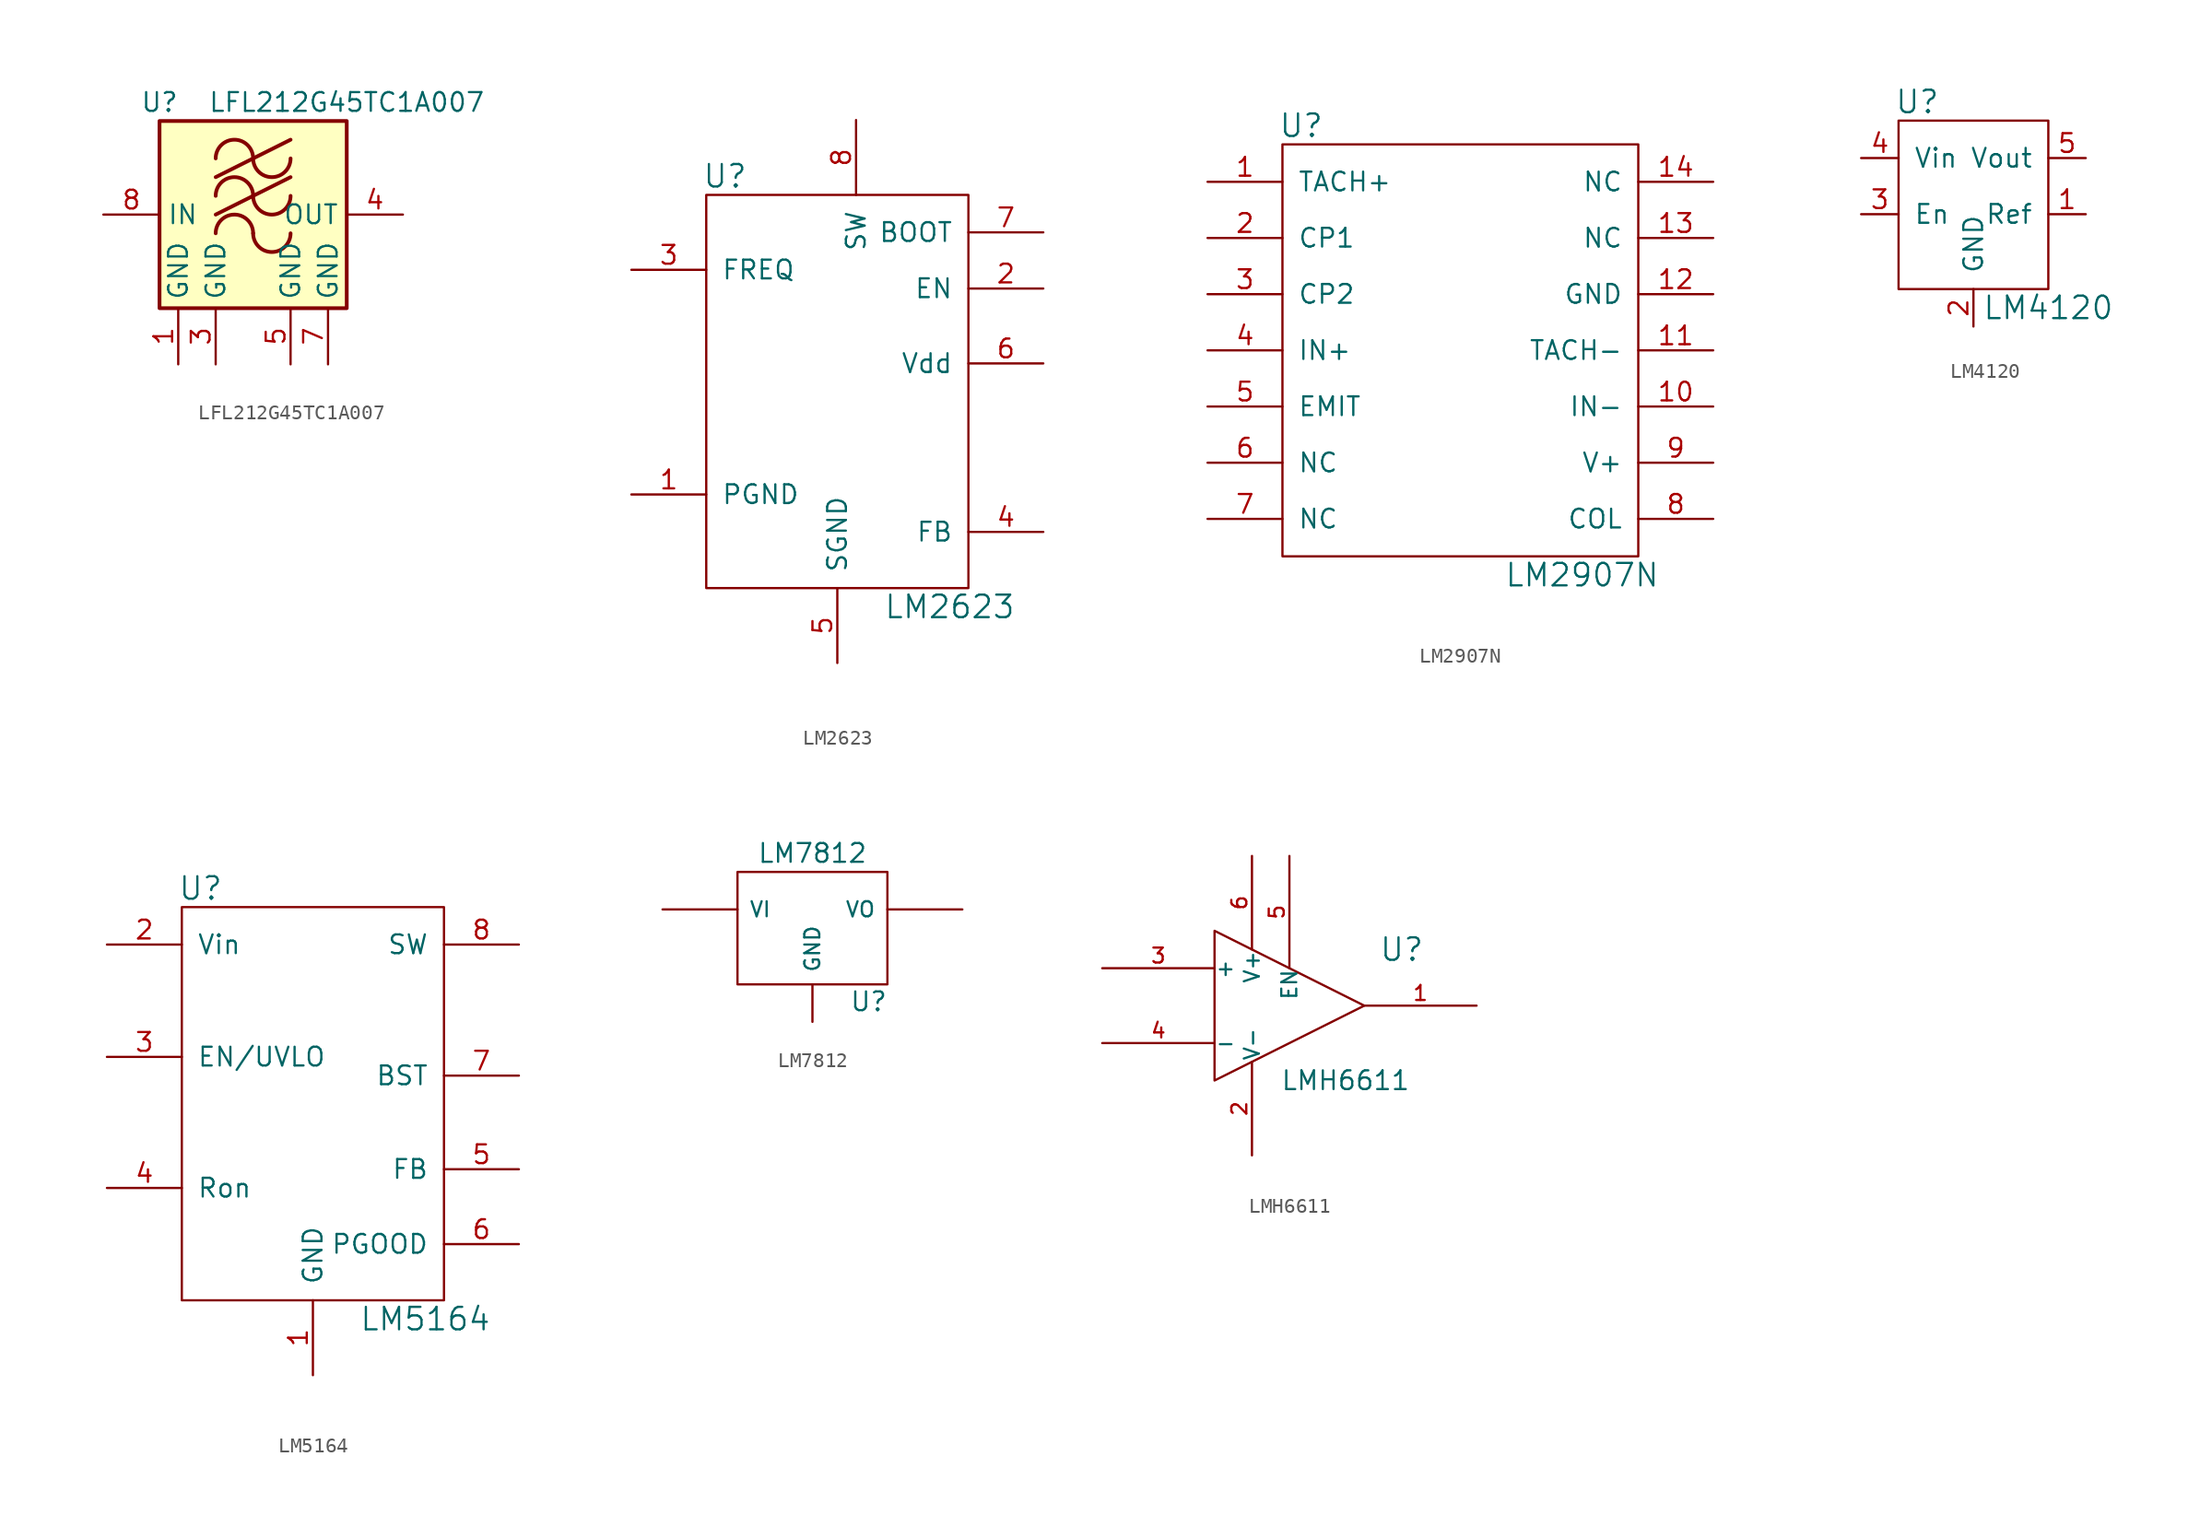
<source format=kicad_sym>
(kicad_symbol_lib
  (version 20211014)
  (generator kicad_symbol_editor)
  (symbol "LFL212G45TC1A007"
    (property "Reference" "U"
      (at -6.35 7.62 0)
      (effects (font (size 1.27 1.27))))
    (property "Value" "LFL212G45TC1A007"
      (at 6.35 7.62 0)
      (effects (font (size 1.27 1.27))))
    (symbol "LFL212G45TC1A007_0_1"
      (rectangle (start -6.35 6.35) (end 6.35 -6.35) (stroke (width 0.254) (type default) (color 0 0 0 0)) (fill (type background)))
      (arc (start 0 -1.27) (mid -1.27 0) (end -2.54 -1.27) (stroke (width 0.254) (type default) (color 0 0 0 0)) (fill (type none)))
      (arc (start 0 -1.27) (mid 1.27 -2.54) (end 2.54 -1.27) (stroke (width 0.254) (type default) (color 0 0 0 0)) (fill (type none)))
      (polyline (pts (xy -2.54 0) (xy 2.54 2.54)) (stroke (width 0.254) (type default) (color 0 0 0 0)) (fill (type none)))
      (polyline (pts (xy -2.54 2.54) (xy 2.54 5.08)) (stroke (width 0.254) (type default) (color 0 0 0 0)) (fill (type none)))
      (arc (start 0 1.27) (mid -1.27 2.54) (end -2.54 1.27) (stroke (width 0.254) (type default) (color 0 0 0 0)) (fill (type none)))
      (arc (start 0 1.27) (mid 1.27 0) (end 2.54 1.27) (stroke (width 0.254) (type default) (color 0 0 0 0)) (fill (type none)))
      (arc (start 0 3.81) (mid -1.27 5.08) (end -2.54 3.81) (stroke (width 0.254) (type default) (color 0 0 0 0)) (fill (type none)))
      (arc (start 0 3.81) (mid 1.27 2.54) (end 2.54 3.81) (stroke (width 0.254) (type default) (color 0 0 0 0)) (fill (type none))))
    (symbol "LFL212G45TC1A007_1_1"
      (pin power_in line (at -5.08 -10.16 90) (length 3.81) (name "GND" (effects (font (size 1.27 1.27)))) (number "1" (effects (font (size 1.27 1.27)))))
      (pin passive line (at -1.27 -10.16 90) (length 3.81) hide (name "NC" (effects (font (size 1.27 1.27)))) (number "2" (effects (font (size 1.27 1.27)))))
      (pin power_in line (at -2.54 -10.16 90) (length 3.81) (name "GND" (effects (font (size 1.27 1.27)))) (number "3" (effects (font (size 1.27 1.27)))))
      (pin output line (at 10.16 0 180) (length 3.81) (name "OUT" (effects (font (size 1.27 1.27)))) (number "4" (effects (font (size 1.27 1.27)))))
      (pin power_in line (at 2.54 -10.16 90) (length 3.81) (name "GND" (effects (font (size 1.27 1.27)))) (number "5" (effects (font (size 1.27 1.27)))))
      (pin passive line (at 1.27 -10.16 90) (length 3.81) hide (name "NC" (effects (font (size 1.27 1.27)))) (number "6" (effects (font (size 1.27 1.27)))))
      (pin power_in line (at 5.08 -10.16 90) (length 3.81) (name "GND" (effects (font (size 1.27 1.27)))) (number "7" (effects (font (size 1.27 1.27)))))
      (pin input line (at -10.16 0 0) (length 3.81) (name "IN" (effects (font (size 1.27 1.27)))) (number "8" (effects (font (size 1.27 1.27)))))))
  (symbol "LM2623"
    (pin_names
      (offset 1.016))
    (property "Reference" "U"
      (at -7.62 15.24 0)
      (effects (font (size 1.524 1.524))))
    (property "Value" "LM2623"
      (at 7.62 -13.97 0)
      (effects (font (size 1.524 1.524))))
    (property "Footprint" ""
      (at 0 -3.81 0)
      (effects (font (size 1.524 1.524))))
    (property "Datasheet" ""
      (at 0 -3.81 0)
      (effects (font (size 1.524 1.524))))
    (symbol "LM2623_0_1"
      (rectangle (start -8.89 -12.7) (end 8.89 13.97) (stroke (width 0) (type default) (color 0 0 0 0)) (fill (type none))))
    (symbol "LM2623_1_1"
      (pin power_in line (at -13.97 -6.35 0) (length 5.08) (name "PGND" (effects (font (size 1.27 1.27)))) (number "1" (effects (font (size 1.27 1.27)))))
      (pin input line (at 13.97 7.62 180) (length 5.08) (name "EN" (effects (font (size 1.27 1.27)))) (number "2" (effects (font (size 1.27 1.27)))))
      (pin input line (at -13.97 8.89 0) (length 5.08) (name "FREQ" (effects (font (size 1.27 1.27)))) (number "3" (effects (font (size 1.27 1.27)))))
      (pin input line (at 13.97 -8.89 180) (length 5.08) (name "FB" (effects (font (size 1.27 1.27)))) (number "4" (effects (font (size 1.27 1.27)))))
      (pin power_out line (at 0 -17.78 90) (length 5.08) (name "SGND" (effects (font (size 1.27 1.27)))) (number "5" (effects (font (size 1.27 1.27)))))
      (pin input line (at 13.97 2.54 180) (length 5.08) (name "Vdd" (effects (font (size 1.27 1.27)))) (number "6" (effects (font (size 1.27 1.27)))))
      (pin power_out line (at 13.97 11.43 180) (length 5.08) (name "BOOT" (effects (font (size 1.27 1.27)))) (number "7" (effects (font (size 1.27 1.27)))))
      (pin power_in line (at 1.27 19.05 270) (length 5.08) (name "SW" (effects (font (size 1.27 1.27)))) (number "8" (effects (font (size 1.27 1.27)))))))
  (symbol "LM2907N"
    (pin_names
      (offset 1.016))
    (property "Reference" "U"
      (at -10.16 15.24 0)
      (effects (font (size 1.524 1.524))))
    (property "Value" "LM2907N"
      (at 8.89 -15.24 0)
      (effects (font (size 1.524 1.524))))
    (property "Footprint" ""
      (at 1.27 3.81 0)
      (effects (font (size 1.524 1.524))))
    (property "Datasheet" ""
      (at 1.27 3.81 0)
      (effects (font (size 1.524 1.524))))
    (symbol "LM2907N_0_1"
      (rectangle (start -11.43 13.97) (end 12.7 -13.97) (stroke (width 0) (type default) (color 0 0 0 0)) (fill (type none))))
    (symbol "LM2907N_1_1"
      (pin input line (at -16.51 11.43 0) (length 5.08) (name "TACH+" (effects (font (size 1.27 1.27)))) (number "1" (effects (font (size 1.27 1.27)))))
      (pin input line (at 17.78 -3.81 180) (length 5.08) (name "IN-" (effects (font (size 1.27 1.27)))) (number "10" (effects (font (size 1.27 1.27)))))
      (pin input line (at 17.78 0 180) (length 5.08) (name "TACH-" (effects (font (size 1.27 1.27)))) (number "11" (effects (font (size 1.27 1.27)))))
      (pin input line (at 17.78 3.81 180) (length 5.08) (name "GND" (effects (font (size 1.27 1.27)))) (number "12" (effects (font (size 1.27 1.27)))))
      (pin input line (at 17.78 7.62 180) (length 5.08) (name "NC" (effects (font (size 1.27 1.27)))) (number "13" (effects (font (size 1.27 1.27)))))
      (pin input line (at 17.78 11.43 180) (length 5.08) (name "NC" (effects (font (size 1.27 1.27)))) (number "14" (effects (font (size 1.27 1.27)))))
      (pin input line (at -16.51 7.62 0) (length 5.08) (name "CP1" (effects (font (size 1.27 1.27)))) (number "2" (effects (font (size 1.27 1.27)))))
      (pin input line (at -16.51 3.81 0) (length 5.08) (name "CP2" (effects (font (size 1.27 1.27)))) (number "3" (effects (font (size 1.27 1.27)))))
      (pin input line (at -16.51 0 0) (length 5.08) (name "IN+" (effects (font (size 1.27 1.27)))) (number "4" (effects (font (size 1.27 1.27)))))
      (pin input line (at -16.51 -3.81 0) (length 5.08) (name "EMIT" (effects (font (size 1.27 1.27)))) (number "5" (effects (font (size 1.27 1.27)))))
      (pin input line (at -16.51 -7.62 0) (length 5.08) (name "NC" (effects (font (size 1.27 1.27)))) (number "6" (effects (font (size 1.27 1.27)))))
      (pin input line (at -16.51 -11.43 0) (length 5.08) (name "NC" (effects (font (size 1.27 1.27)))) (number "7" (effects (font (size 1.27 1.27)))))
      (pin input line (at 17.78 -11.43 180) (length 5.08) (name "COL" (effects (font (size 1.27 1.27)))) (number "8" (effects (font (size 1.27 1.27)))))
      (pin input line (at 17.78 -7.62 180) (length 5.08) (name "V+" (effects (font (size 1.27 1.27)))) (number "9" (effects (font (size 1.27 1.27)))))))
  (symbol "LM4120"
    (pin_names
      (offset 1.016))
    (property "Reference" "U"
      (at -3.81 7.62 0)
      (effects (font (size 1.524 1.524))))
    (property "Value" "LM4120"
      (at 5.08 -6.35 0)
      (effects (font (size 1.524 1.524))))
    (property "Footprint" ""
      (at 0 0 0)
      (effects (font (size 1.524 1.524))))
    (property "Datasheet" ""
      (at 0 0 0)
      (effects (font (size 1.524 1.524))))
    (symbol "LM4120_0_1"
      (rectangle (start 5.08 6.35) (end -5.08 -5.08) (stroke (width 0) (type default) (color 0 0 0 0)) (fill (type none))))
    (symbol "LM4120_1_1"
      (pin passive line (at 7.62 0 180) (length 2.54) (name "Ref" (effects (font (size 1.27 1.27)))) (number "1" (effects (font (size 1.27 1.27)))))
      (pin passive line (at 0 -7.62 90) (length 2.54) (name "GND" (effects (font (size 1.27 1.27)))) (number "2" (effects (font (size 1.27 1.27)))))
      (pin passive line (at -7.62 0 0) (length 2.54) (name "En" (effects (font (size 1.27 1.27)))) (number "3" (effects (font (size 1.27 1.27)))))
      (pin passive line (at -7.62 3.81 0) (length 2.54) (name "Vin" (effects (font (size 1.27 1.27)))) (number "4" (effects (font (size 1.27 1.27)))))
      (pin passive line (at 7.62 3.81 180) (length 2.54) (name "Vout" (effects (font (size 1.27 1.27)))) (number "5" (effects (font (size 1.27 1.27)))))))
  (symbol "LM5164"
    (pin_names
      (offset 1.016))
    (property "Reference" "U"
      (at -7.62 15.24 0)
      (effects (font (size 1.524 1.524))))
    (property "Value" "LM5164"
      (at 7.62 -13.97 0)
      (effects (font (size 1.524 1.524))))
    (property "Footprint" ""
      (at 0 -3.81 0)
      (effects (font (size 1.524 1.524))))
    (property "Datasheet" ""
      (at 0 -3.81 0)
      (effects (font (size 1.524 1.524))))
    (symbol "LM5164_0_1"
      (rectangle (start -8.89 -12.7) (end 8.89 13.97) (stroke (width 0) (type default) (color 0 0 0 0)) (fill (type none))))
    (symbol "LM5164_1_1"
      (pin power_out line (at 0 -17.78 90) (length 5.08) (name "GND" (effects (font (size 1.27 1.27)))) (number "1" (effects (font (size 1.27 1.27)))))
      (pin power_in line (at -13.97 11.43 0) (length 5.08) (name "Vin" (effects (font (size 1.27 1.27)))) (number "2" (effects (font (size 1.27 1.27)))))
      (pin input line (at -13.97 3.81 0) (length 5.08) (name "EN/UVLO" (effects (font (size 1.27 1.27)))) (number "3" (effects (font (size 1.27 1.27)))))
      (pin input line (at -13.97 -5.08 0) (length 5.08) (name "Ron" (effects (font (size 1.27 1.27)))) (number "4" (effects (font (size 1.27 1.27)))))
      (pin input line (at 13.97 -3.81 180) (length 5.08) (name "FB" (effects (font (size 1.27 1.27)))) (number "5" (effects (font (size 1.27 1.27)))))
      (pin output line (at 13.97 -8.89 180) (length 5.08) (name "PGOOD" (effects (font (size 1.27 1.27)))) (number "6" (effects (font (size 1.27 1.27)))))
      (pin power_out line (at 13.97 2.54 180) (length 5.08) (name "BST" (effects (font (size 1.27 1.27)))) (number "7" (effects (font (size 1.27 1.27)))))
      (pin power_out line (at 13.97 11.43 180) (length 5.08) (name "SW" (effects (font (size 1.27 1.27)))) (number "8" (effects (font (size 1.27 1.27)))))
      (pin no_connect line (at -5.08 -17.78 90) (length 5.08) hide (name "EP" (effects (font (size 1.27 1.27)))) (number "9" (effects (font (size 1.27 1.27)))))))
  (symbol "LM7812"
    (pin_numbers hide)
    (pin_names
      (offset 0.762))
    (property "Reference" "U"
      (at 3.81 -4.978 0)
      (effects (font (size 1.27 1.27))))
    (property "Value" "LM7812"
      (at 0 5.08 0)
      (effects (font (size 1.27 1.27))))
    (property "Footprint" ""
      (at 0 0 0)
      (effects (font (size 1.27 1.27))))
    (property "Datasheet" ""
      (at 0 0 0)
      (effects (font (size 1.27 1.27))))
    (symbol "LM7812_0_1"
      (rectangle (start -5.08 -3.81) (end 5.08 3.81) (stroke (width 0) (type default) (color 0 0 0 0)) (fill (type none))))
    (symbol "LM7812_1_1"
      (pin input line (at -10.16 1.27 0) (length 5.08) (name "VI" (effects (font (size 1.016 1.016)))) (number "1" (effects (font (size 1.016 1.016)))))
      (pin input line (at 0 -6.35 90) (length 2.54) (name "GND" (effects (font (size 1.016 1.016)))) (number "2" (effects (font (size 1.016 1.016)))))
      (pin power_out line (at 10.16 1.27 180) (length 5.08) (name "VO" (effects (font (size 1.016 1.016)))) (number "3" (effects (font (size 1.016 1.016)))))))
  (symbol "LMH6611"
    (pin_names
      (offset 0.025))
    (property "Reference" "U"
      (at 7.62 3.81 0)
      (effects (font (size 1.524 1.524))))
    (property "Value" "LMH6611"
      (at 3.81 -5.08 0)
      (effects (font (size 1.27 1.27))))
    (property "Footprint" ""
      (at 0 0 0)
      (effects (font (size 1.524 1.524))))
    (property "Datasheet" ""
      (at 0 0 0)
      (effects (font (size 1.524 1.524))))
    (symbol "LMH6611_0_1"
      (polyline (pts (xy -5.08 5.08) (xy 5.08 0) (xy -5.08 -5.08) (xy -5.08 5.08)) (stroke (width 0.152) (type default) (color 0 0 0 0)) (fill (type none)))
      (pin power_in line (at -2.54 -10.16 90) (length 6.35) (name "V-" (effects (font (size 1.016 1.016)))) (number "2" (effects (font (size 1.016 1.016)))))
      (pin input line (at 0 10.16 270) (length 7.62) (name "EN" (effects (font (size 1.016 1.016)))) (number "5" (effects (font (size 1.016 1.016)))))
      (pin power_in line (at -2.54 10.16 270) (length 6.35) (name "V+" (effects (font (size 1.016 1.016)))) (number "6" (effects (font (size 1.016 1.016))))))
    (symbol "LMH6611_1_1"
      (pin output line (at 12.7 0 180) (length 7.62) (name "~" (effects (font (size 1.016 1.016)))) (number "1" (effects (font (size 1.016 1.016)))))
      (pin input line (at -12.7 2.54 0) (length 7.62) (name "+" (effects (font (size 1.016 1.016)))) (number "3" (effects (font (size 1.016 1.016)))))
      (pin input line (at -12.7 -2.54 0) (length 7.62) (name "-" (effects (font (size 1.016 1.016)))) (number "4" (effects (font (size 1.016 1.016))))))))
</source>
